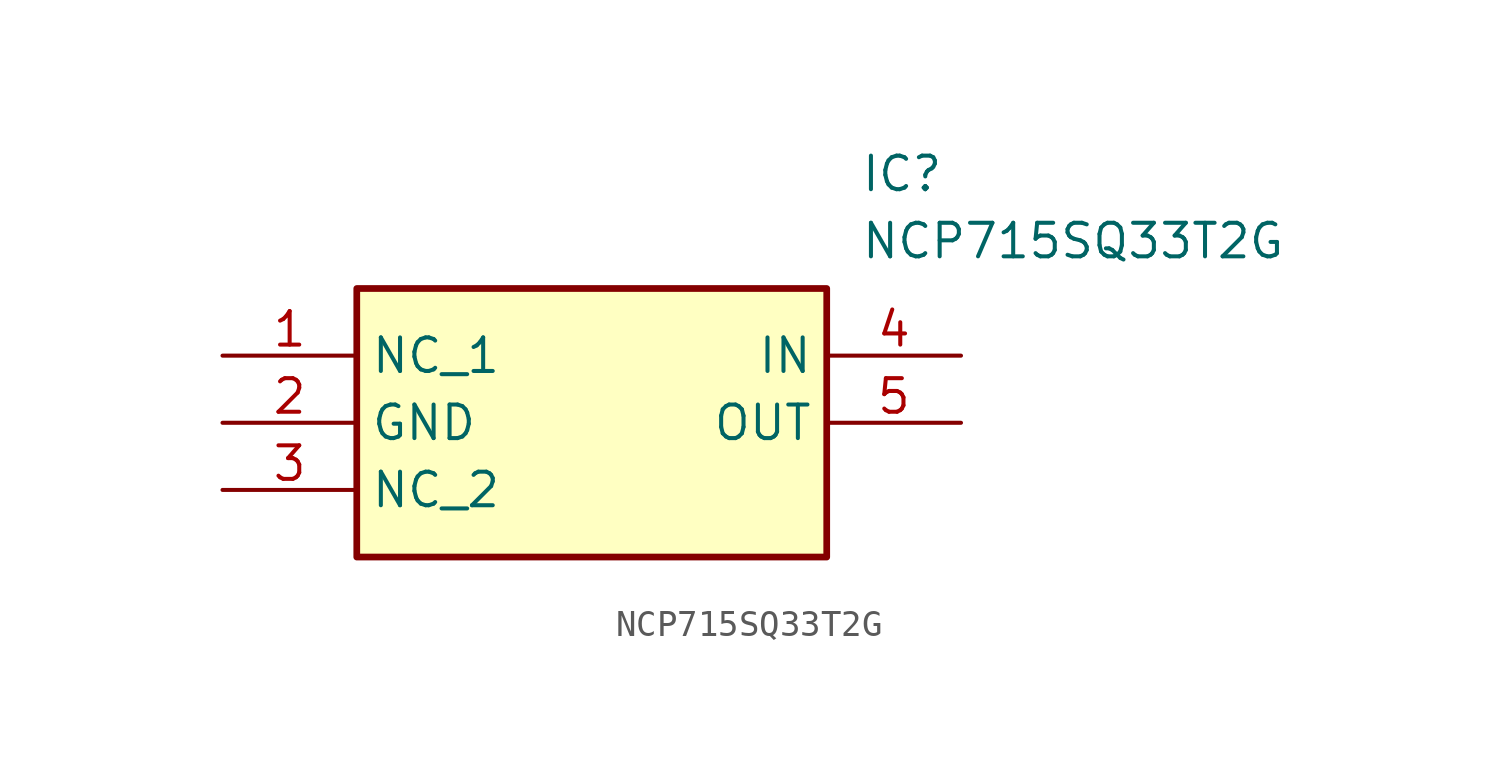
<source format=kicad_sym>
(kicad_symbol_lib
  (version 20211014)
  (generator SamacSys_ECAD_Model)
  (symbol "NCP715SQ33T2G"
    (property "Reference" "IC"
      (at 24.13 7.62 0)
      (effects (font (size 1.27 1.27)) (justify left top)))
    (property "Value" "NCP715SQ33T2G"
      (at 24.13 5.08 0)
      (effects (font (size 1.27 1.27)) (justify left top)))
    (rectangle
      (start 5.08 2.54)
      (end 22.86 -7.62)
      (stroke (width 0.254) (type default))
      (fill (type background)))
    (pin passive line
      (at 0 0 0)
      (length 5.08)
      (name "NC_1" (effects (font (size 1.27 1.27))))
      (number "1" (effects (font (size 1.27 1.27)))))
    (pin passive line
      (at 0 -2.54 0)
      (length 5.08)
      (name "GND" (effects (font (size 1.27 1.27))))
      (number "2" (effects (font (size 1.27 1.27)))))
    (pin passive line
      (at 0 -5.08 0)
      (length 5.08)
      (name "NC_2" (effects (font (size 1.27 1.27))))
      (number "3" (effects (font (size 1.27 1.27)))))
    (pin passive line
      (at 27.94 0 180)
      (length 5.08)
      (name "IN" (effects (font (size 1.27 1.27))))
      (number "4" (effects (font (size 1.27 1.27)))))
    (pin passive line
      (at 27.94 -2.54 180)
      (length 5.08)
      (name "OUT" (effects (font (size 1.27 1.27))))
      (number "5" (effects (font (size 1.27 1.27)))))))
</source>
